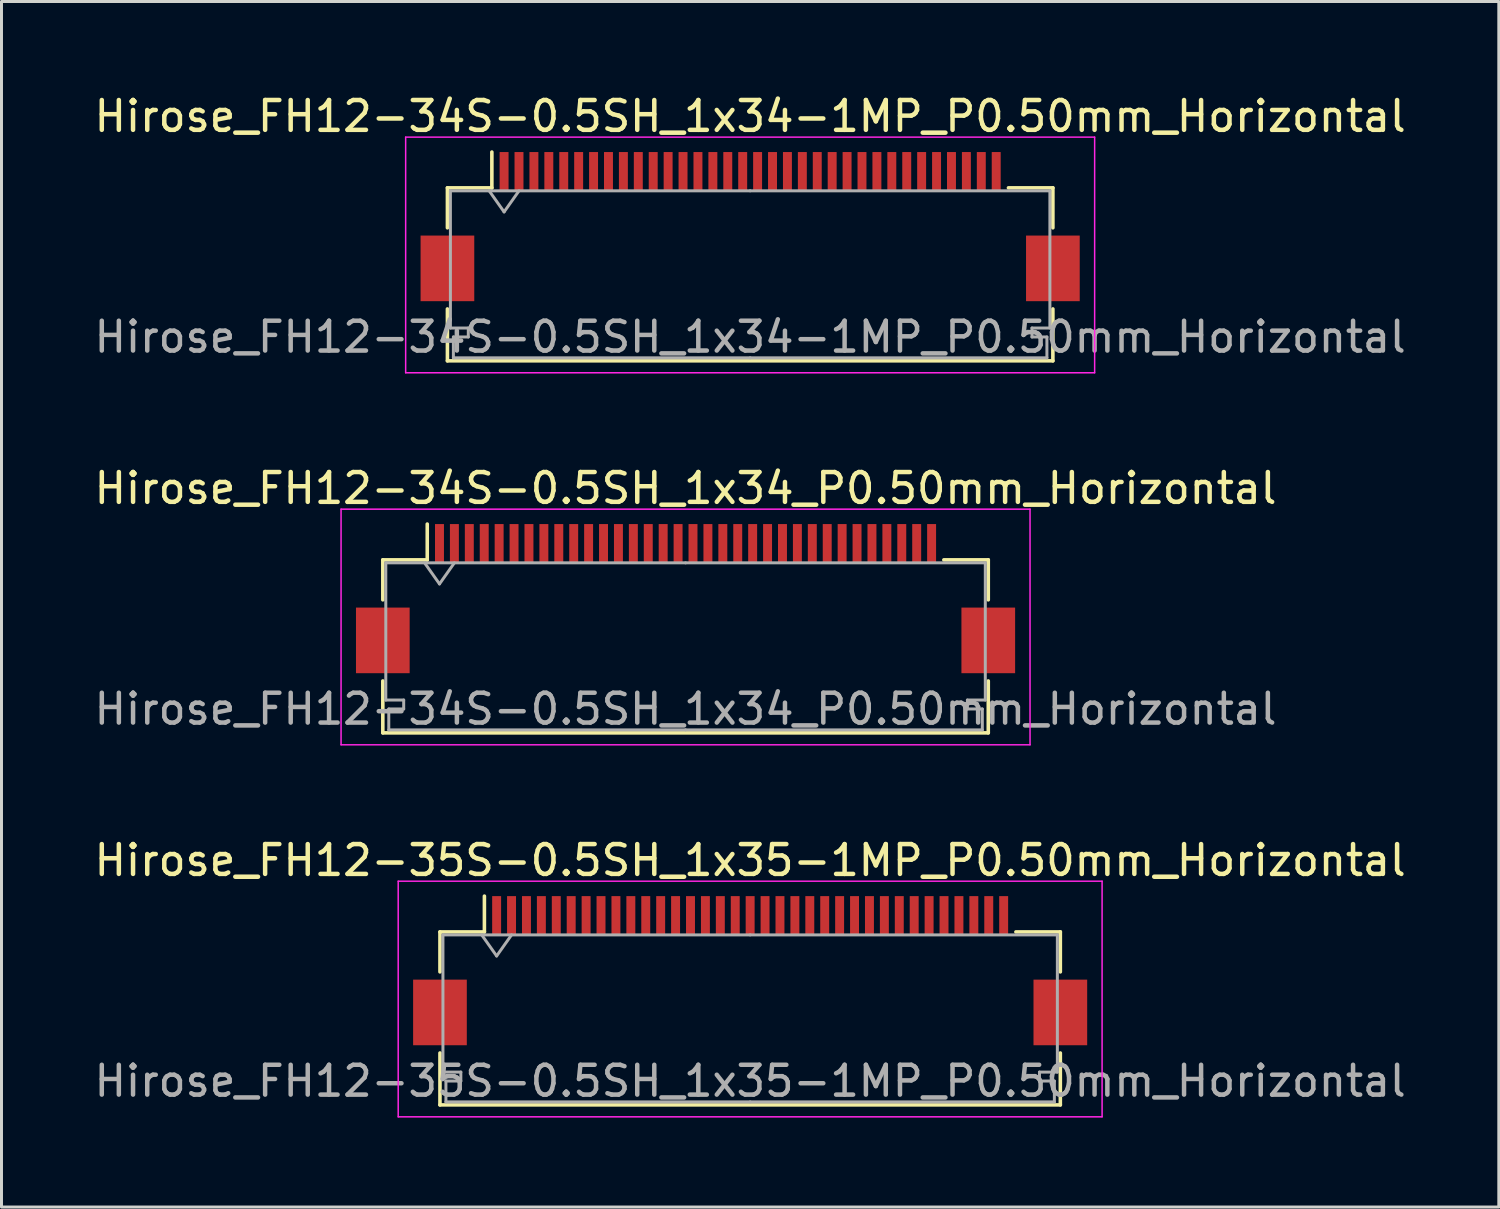
<source format=kicad_pcb>
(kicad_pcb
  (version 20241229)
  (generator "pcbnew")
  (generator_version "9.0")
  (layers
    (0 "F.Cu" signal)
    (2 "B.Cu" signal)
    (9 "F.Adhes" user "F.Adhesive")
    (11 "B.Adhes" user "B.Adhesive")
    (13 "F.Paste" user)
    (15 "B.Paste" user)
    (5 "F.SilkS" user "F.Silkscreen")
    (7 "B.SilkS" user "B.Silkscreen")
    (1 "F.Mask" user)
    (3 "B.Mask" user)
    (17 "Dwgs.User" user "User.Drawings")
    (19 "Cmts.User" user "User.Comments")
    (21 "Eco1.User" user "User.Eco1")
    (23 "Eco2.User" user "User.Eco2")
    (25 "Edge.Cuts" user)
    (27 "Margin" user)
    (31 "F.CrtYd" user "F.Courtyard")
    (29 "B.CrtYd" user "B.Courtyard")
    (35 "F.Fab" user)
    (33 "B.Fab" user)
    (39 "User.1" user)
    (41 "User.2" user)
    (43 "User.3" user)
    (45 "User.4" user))
  (footprint "Hirose_FH12-34S-0.5SH_1x34_P0.50mm_Horizontal"
    (layer "F.Cu")
    (at 19.935 17.021)
    (property "Reference" "Hirose_FH12-34S-0.5SH_1x34_P0.50mm_Horizontal" (at 0 -3.7 0) (layer "F.SilkS") (effects (font (size 1 1) (thickness 0.15))))
    (attr smd)
    (fp_line (start -10.15 -1.3) (end -10.15 0.04) (stroke (width 0.12) (type solid)) (layer "F.SilkS"))
    (fp_line (start -10.15 2.76) (end -10.15 4.5) (stroke (width 0.12) (type solid)) (layer "F.SilkS"))
    (fp_line (start -10.15 4.5) (end 10.15 4.5) (stroke (width 0.12) (type solid)) (layer "F.SilkS"))
    (fp_line (start -8.66 -1.3) (end -10.15 -1.3) (stroke (width 0.12) (type solid)) (layer "F.SilkS"))
    (fp_line (start -8.66 -1.3) (end -8.66 -2.5) (stroke (width 0.12) (type solid)) (layer "F.SilkS"))
    (fp_line (start 8.66 -1.3) (end 10.15 -1.3) (stroke (width 0.12) (type solid)) (layer "F.SilkS"))
    (fp_line (start 10.15 -1.3) (end 10.15 0.04) (stroke (width 0.12) (type solid)) (layer "F.SilkS"))
    (fp_line (start 10.15 4.5) (end 10.15 2.76) (stroke (width 0.12) (type solid)) (layer "F.SilkS"))
    (fp_line (start -11.55 -3) (end -11.55 4.9) (stroke (width 0.05) (type solid)) (layer "F.CrtYd"))
    (fp_line (start -11.55 4.9) (end 11.55 4.9) (stroke (width 0.05) (type solid)) (layer "F.CrtYd"))
    (fp_line (start 11.55 -3) (end -11.55 -3) (stroke (width 0.05) (type solid)) (layer "F.CrtYd"))
    (fp_line (start 11.55 4.9) (end 11.55 -3) (stroke (width 0.05) (type solid)) (layer "F.CrtYd"))
    (fp_line (start -10.05 -1.2) (end -10.05 3.4) (stroke (width 0.1) (type solid)) (layer "F.Fab"))
    (fp_line (start -10.05 3.4) (end -9.45 3.4) (stroke (width 0.1) (type solid)) (layer "F.Fab"))
    (fp_line (start -9.95 3.7) (end -9.95 4.4) (stroke (width 0.1) (type solid)) (layer "F.Fab"))
    (fp_line (start -9.95 4.4) (end 0 4.4) (stroke (width 0.1) (type solid)) (layer "F.Fab"))
    (fp_line (start -9.45 3.4) (end -9.45 3.7) (stroke (width 0.1) (type solid)) (layer "F.Fab"))
    (fp_line (start -9.45 3.7) (end -9.95 3.7) (stroke (width 0.1) (type solid)) (layer "F.Fab"))
    (fp_line (start -8.75 -1.2) (end -8.25 -0.493) (stroke (width 0.1) (type solid)) (layer "F.Fab"))
    (fp_line (start -8.25 -0.493) (end -7.75 -1.2) (stroke (width 0.1) (type solid)) (layer "F.Fab"))
    (fp_line (start 0 -1.2) (end -10.05 -1.2) (stroke (width 0.1) (type solid)) (layer "F.Fab"))
    (fp_line (start 0 -1.2) (end 10.05 -1.2) (stroke (width 0.1) (type solid)) (layer "F.Fab"))
    (fp_line (start 9.45 3.4) (end 9.45 3.7) (stroke (width 0.1) (type solid)) (layer "F.Fab"))
    (fp_line (start 9.45 3.7) (end 9.95 3.7) (stroke (width 0.1) (type solid)) (layer "F.Fab"))
    (fp_line (start 9.95 3.7) (end 9.95 4.4) (stroke (width 0.1) (type solid)) (layer "F.Fab"))
    (fp_line (start 9.95 4.4) (end 0 4.4) (stroke (width 0.1) (type solid)) (layer "F.Fab"))
    (fp_line (start 10.05 -1.2) (end 10.05 3.4) (stroke (width 0.1) (type solid)) (layer "F.Fab"))
    (fp_line (start 10.05 3.4) (end 9.45 3.4) (stroke (width 0.1) (type solid)) (layer "F.Fab"))
    (fp_text user "${REFERENCE}" (at 0 3.7 0) (layer "F.Fab") (effects (font (size 1 1) (thickness 0.15))))
    (pad "" smd rect (at -10.15 1.4) (size 1.8 2.2) (layers "F.Cu" "F.Mask" "F.Paste"))
    (pad "" smd rect (at 10.15 1.4) (size 1.8 2.2) (layers "F.Cu" "F.Mask" "F.Paste"))
    (pad "1" smd rect (at -8.25 -1.85) (size 0.3 1.3) (layers "F.Cu" "F.Mask" "F.Paste"))
    (pad "2" smd rect (at -7.75 -1.85) (size 0.3 1.3) (layers "F.Cu" "F.Mask" "F.Paste"))
    (pad "3" smd rect (at -7.25 -1.85) (size 0.3 1.3) (layers "F.Cu" "F.Mask" "F.Paste"))
    (pad "4" smd rect (at -6.75 -1.85) (size 0.3 1.3) (layers "F.Cu" "F.Mask" "F.Paste"))
    (pad "5" smd rect (at -6.25 -1.85) (size 0.3 1.3) (layers "F.Cu" "F.Mask" "F.Paste"))
    (pad "6" smd rect (at -5.75 -1.85) (size 0.3 1.3) (layers "F.Cu" "F.Mask" "F.Paste"))
    (pad "7" smd rect (at -5.25 -1.85) (size 0.3 1.3) (layers "F.Cu" "F.Mask" "F.Paste"))
    (pad "8" smd rect (at -4.75 -1.85) (size 0.3 1.3) (layers "F.Cu" "F.Mask" "F.Paste"))
    (pad "9" smd rect (at -4.25 -1.85) (size 0.3 1.3) (layers "F.Cu" "F.Mask" "F.Paste"))
    (pad "10" smd rect (at -3.75 -1.85) (size 0.3 1.3) (layers "F.Cu" "F.Mask" "F.Paste"))
    (pad "11" smd rect (at -3.25 -1.85) (size 0.3 1.3) (layers "F.Cu" "F.Mask" "F.Paste"))
    (pad "12" smd rect (at -2.75 -1.85) (size 0.3 1.3) (layers "F.Cu" "F.Mask" "F.Paste"))
    (pad "13" smd rect (at -2.25 -1.85) (size 0.3 1.3) (layers "F.Cu" "F.Mask" "F.Paste"))
    (pad "14" smd rect (at -1.75 -1.85) (size 0.3 1.3) (layers "F.Cu" "F.Mask" "F.Paste"))
    (pad "15" smd rect (at -1.25 -1.85) (size 0.3 1.3) (layers "F.Cu" "F.Mask" "F.Paste"))
    (pad "16" smd rect (at -0.75 -1.85) (size 0.3 1.3) (layers "F.Cu" "F.Mask" "F.Paste"))
    (pad "17" smd rect (at -0.25 -1.85) (size 0.3 1.3) (layers "F.Cu" "F.Mask" "F.Paste"))
    (pad "18" smd rect (at 0.25 -1.85) (size 0.3 1.3) (layers "F.Cu" "F.Mask" "F.Paste"))
    (pad "19" smd rect (at 0.75 -1.85) (size 0.3 1.3) (layers "F.Cu" "F.Mask" "F.Paste"))
    (pad "20" smd rect (at 1.25 -1.85) (size 0.3 1.3) (layers "F.Cu" "F.Mask" "F.Paste"))
    (pad "21" smd rect (at 1.75 -1.85) (size 0.3 1.3) (layers "F.Cu" "F.Mask" "F.Paste"))
    (pad "22" smd rect (at 2.25 -1.85) (size 0.3 1.3) (layers "F.Cu" "F.Mask" "F.Paste"))
    (pad "23" smd rect (at 2.75 -1.85) (size 0.3 1.3) (layers "F.Cu" "F.Mask" "F.Paste"))
    (pad "24" smd rect (at 3.25 -1.85) (size 0.3 1.3) (layers "F.Cu" "F.Mask" "F.Paste"))
    (pad "25" smd rect (at 3.75 -1.85) (size 0.3 1.3) (layers "F.Cu" "F.Mask" "F.Paste"))
    (pad "26" smd rect (at 4.25 -1.85) (size 0.3 1.3) (layers "F.Cu" "F.Mask" "F.Paste"))
    (pad "27" smd rect (at 4.75 -1.85) (size 0.3 1.3) (layers "F.Cu" "F.Mask" "F.Paste"))
    (pad "28" smd rect (at 5.25 -1.85) (size 0.3 1.3) (layers "F.Cu" "F.Mask" "F.Paste"))
    (pad "29" smd rect (at 5.75 -1.85) (size 0.3 1.3) (layers "F.Cu" "F.Mask" "F.Paste"))
    (pad "30" smd rect (at 6.25 -1.85) (size 0.3 1.3) (layers "F.Cu" "F.Mask" "F.Paste"))
    (pad "31" smd rect (at 6.75 -1.85) (size 0.3 1.3) (layers "F.Cu" "F.Mask" "F.Paste"))
    (pad "32" smd rect (at 7.25 -1.85) (size 0.3 1.3) (layers "F.Cu" "F.Mask" "F.Paste"))
    (pad "33" smd rect (at 7.75 -1.85) (size 0.3 1.3) (layers "F.Cu" "F.Mask" "F.Paste"))
    (pad "34" smd rect (at 8.25 -1.85) (size 0.3 1.3) (layers "F.Cu" "F.Mask" "F.Paste")))
  (footprint "Hirose_FH12-35S-0.5SH_1x35-1MP_P0.50mm_Horizontal"
    (layer "F.Cu")
    (at 22.101 29.495)
    (property "Reference" "Hirose_FH12-35S-0.5SH_1x35-1MP_P0.50mm_Horizontal" (at 0 -3.7 0) (layer "F.SilkS") (effects (font (size 1 1) (thickness 0.15))))
    (attr smd)
    (fp_line (start -10.4 -1.3) (end -10.4 0.04) (stroke (width 0.12) (type solid)) (layer "F.SilkS"))
    (fp_line (start -10.4 2.76) (end -10.4 4.5) (stroke (width 0.12) (type solid)) (layer "F.SilkS"))
    (fp_line (start -10.4 4.5) (end 10.4 4.5) (stroke (width 0.12) (type solid)) (layer "F.SilkS"))
    (fp_line (start -8.91 -1.3) (end -10.4 -1.3) (stroke (width 0.12) (type solid)) (layer "F.SilkS"))
    (fp_line (start -8.91 -1.3) (end -8.91 -2.5) (stroke (width 0.12) (type solid)) (layer "F.SilkS"))
    (fp_line (start 8.91 -1.3) (end 10.4 -1.3) (stroke (width 0.12) (type solid)) (layer "F.SilkS"))
    (fp_line (start 10.4 -1.3) (end 10.4 0.04) (stroke (width 0.12) (type solid)) (layer "F.SilkS"))
    (fp_line (start 10.4 4.5) (end 10.4 2.76) (stroke (width 0.12) (type solid)) (layer "F.SilkS"))
    (fp_line (start -11.8 -3) (end -11.8 4.9) (stroke (width 0.05) (type solid)) (layer "F.CrtYd"))
    (fp_line (start -11.8 4.9) (end 11.8 4.9) (stroke (width 0.05) (type solid)) (layer "F.CrtYd"))
    (fp_line (start 11.8 -3) (end -11.8 -3) (stroke (width 0.05) (type solid)) (layer "F.CrtYd"))
    (fp_line (start 11.8 4.9) (end 11.8 -3) (stroke (width 0.05) (type solid)) (layer "F.CrtYd"))
    (fp_line (start -10.3 -1.2) (end -10.3 3.4) (stroke (width 0.1) (type solid)) (layer "F.Fab"))
    (fp_line (start -10.3 3.4) (end -9.7 3.4) (stroke (width 0.1) (type solid)) (layer "F.Fab"))
    (fp_line (start -10.2 3.7) (end -10.2 4.4) (stroke (width 0.1) (type solid)) (layer "F.Fab"))
    (fp_line (start -10.2 4.4) (end 0 4.4) (stroke (width 0.1) (type solid)) (layer "F.Fab"))
    (fp_line (start -9.7 3.4) (end -9.7 3.7) (stroke (width 0.1) (type solid)) (layer "F.Fab"))
    (fp_line (start -9.7 3.7) (end -10.2 3.7) (stroke (width 0.1) (type solid)) (layer "F.Fab"))
    (fp_line (start -9 -1.2) (end -8.5 -0.493) (stroke (width 0.1) (type solid)) (layer "F.Fab"))
    (fp_line (start -8.5 -0.493) (end -8 -1.2) (stroke (width 0.1) (type solid)) (layer "F.Fab"))
    (fp_line (start 0 -1.2) (end -10.3 -1.2) (stroke (width 0.1) (type solid)) (layer "F.Fab"))
    (fp_line (start 0 -1.2) (end 10.3 -1.2) (stroke (width 0.1) (type solid)) (layer "F.Fab"))
    (fp_line (start 9.7 3.4) (end 9.7 3.7) (stroke (width 0.1) (type solid)) (layer "F.Fab"))
    (fp_line (start 9.7 3.7) (end 10.2 3.7) (stroke (width 0.1) (type solid)) (layer "F.Fab"))
    (fp_line (start 10.2 3.7) (end 10.2 4.4) (stroke (width 0.1) (type solid)) (layer "F.Fab"))
    (fp_line (start 10.2 4.4) (end 0 4.4) (stroke (width 0.1) (type solid)) (layer "F.Fab"))
    (fp_line (start 10.3 -1.2) (end 10.3 3.4) (stroke (width 0.1) (type solid)) (layer "F.Fab"))
    (fp_line (start 10.3 3.4) (end 9.7 3.4) (stroke (width 0.1) (type solid)) (layer "F.Fab"))
    (fp_text user "${REFERENCE}" (at 0 3.7 0) (layer "F.Fab") (effects (font (size 1 1) (thickness 0.15))))
    (pad "1" smd rect (at -8.5 -1.85) (size 0.3 1.3) (layers "F.Cu" "F.Mask" "F.Paste"))
    (pad "2" smd rect (at -8 -1.85) (size 0.3 1.3) (layers "F.Cu" "F.Mask" "F.Paste"))
    (pad "3" smd rect (at -7.5 -1.85) (size 0.3 1.3) (layers "F.Cu" "F.Mask" "F.Paste"))
    (pad "4" smd rect (at -7 -1.85) (size 0.3 1.3) (layers "F.Cu" "F.Mask" "F.Paste"))
    (pad "5" smd rect (at -6.5 -1.85) (size 0.3 1.3) (layers "F.Cu" "F.Mask" "F.Paste"))
    (pad "6" smd rect (at -6 -1.85) (size 0.3 1.3) (layers "F.Cu" "F.Mask" "F.Paste"))
    (pad "7" smd rect (at -5.5 -1.85) (size 0.3 1.3) (layers "F.Cu" "F.Mask" "F.Paste"))
    (pad "8" smd rect (at -5 -1.85) (size 0.3 1.3) (layers "F.Cu" "F.Mask" "F.Paste"))
    (pad "9" smd rect (at -4.5 -1.85) (size 0.3 1.3) (layers "F.Cu" "F.Mask" "F.Paste"))
    (pad "10" smd rect (at -4 -1.85) (size 0.3 1.3) (layers "F.Cu" "F.Mask" "F.Paste"))
    (pad "11" smd rect (at -3.5 -1.85) (size 0.3 1.3) (layers "F.Cu" "F.Mask" "F.Paste"))
    (pad "12" smd rect (at -3 -1.85) (size 0.3 1.3) (layers "F.Cu" "F.Mask" "F.Paste"))
    (pad "13" smd rect (at -2.5 -1.85) (size 0.3 1.3) (layers "F.Cu" "F.Mask" "F.Paste"))
    (pad "14" smd rect (at -2 -1.85) (size 0.3 1.3) (layers "F.Cu" "F.Mask" "F.Paste"))
    (pad "15" smd rect (at -1.5 -1.85) (size 0.3 1.3) (layers "F.Cu" "F.Mask" "F.Paste"))
    (pad "16" smd rect (at -1 -1.85) (size 0.3 1.3) (layers "F.Cu" "F.Mask" "F.Paste"))
    (pad "17" smd rect (at -0.5 -1.85) (size 0.3 1.3) (layers "F.Cu" "F.Mask" "F.Paste"))
    (pad "18" smd rect (at 0 -1.85) (size 0.3 1.3) (layers "F.Cu" "F.Mask" "F.Paste"))
    (pad "19" smd rect (at 0.5 -1.85) (size 0.3 1.3) (layers "F.Cu" "F.Mask" "F.Paste"))
    (pad "20" smd rect (at 1 -1.85) (size 0.3 1.3) (layers "F.Cu" "F.Mask" "F.Paste"))
    (pad "21" smd rect (at 1.5 -1.85) (size 0.3 1.3) (layers "F.Cu" "F.Mask" "F.Paste"))
    (pad "22" smd rect (at 2 -1.85) (size 0.3 1.3) (layers "F.Cu" "F.Mask" "F.Paste"))
    (pad "23" smd rect (at 2.5 -1.85) (size 0.3 1.3) (layers "F.Cu" "F.Mask" "F.Paste"))
    (pad "24" smd rect (at 3 -1.85) (size 0.3 1.3) (layers "F.Cu" "F.Mask" "F.Paste"))
    (pad "25" smd rect (at 3.5 -1.85) (size 0.3 1.3) (layers "F.Cu" "F.Mask" "F.Paste"))
    (pad "26" smd rect (at 4 -1.85) (size 0.3 1.3) (layers "F.Cu" "F.Mask" "F.Paste"))
    (pad "27" smd rect (at 4.5 -1.85) (size 0.3 1.3) (layers "F.Cu" "F.Mask" "F.Paste"))
    (pad "28" smd rect (at 5 -1.85) (size 0.3 1.3) (layers "F.Cu" "F.Mask" "F.Paste"))
    (pad "29" smd rect (at 5.5 -1.85) (size 0.3 1.3) (layers "F.Cu" "F.Mask" "F.Paste"))
    (pad "30" smd rect (at 6 -1.85) (size 0.3 1.3) (layers "F.Cu" "F.Mask" "F.Paste"))
    (pad "31" smd rect (at 6.5 -1.85) (size 0.3 1.3) (layers "F.Cu" "F.Mask" "F.Paste"))
    (pad "32" smd rect (at 7 -1.85) (size 0.3 1.3) (layers "F.Cu" "F.Mask" "F.Paste"))
    (pad "33" smd rect (at 7.5 -1.85) (size 0.3 1.3) (layers "F.Cu" "F.Mask" "F.Paste"))
    (pad "34" smd rect (at 8 -1.85) (size 0.3 1.3) (layers "F.Cu" "F.Mask" "F.Paste"))
    (pad "35" smd rect (at 8.5 -1.85) (size 0.3 1.3) (layers "F.Cu" "F.Mask" "F.Paste"))
    (pad "MP" smd rect (at -10.4 1.4) (size 1.8 2.2) (layers "F.Cu" "F.Mask" "F.Paste"))
    (pad "MP" smd rect (at 10.4 1.4) (size 1.8 2.2) (layers "F.Cu" "F.Mask" "F.Paste")))
  (footprint "Hirose_FH12-34S-0.5SH_1x34-1MP_P0.50mm_Horizontal"
    (layer "F.Cu")
    (at 22.101 4.548)
    (property "Reference" "Hirose_FH12-34S-0.5SH_1x34-1MP_P0.50mm_Horizontal" (at 0 -3.7 0) (layer "F.SilkS") (effects (font (size 1 1) (thickness 0.15))))
    (attr smd)
    (fp_line (start -10.15 -1.3) (end -10.15 0.04) (stroke (width 0.12) (type solid)) (layer "F.SilkS"))
    (fp_line (start -10.15 2.76) (end -10.15 4.5) (stroke (width 0.12) (type solid)) (layer "F.SilkS"))
    (fp_line (start -10.15 4.5) (end 10.15 4.5) (stroke (width 0.12) (type solid)) (layer "F.SilkS"))
    (fp_line (start -8.66 -1.3) (end -10.15 -1.3) (stroke (width 0.12) (type solid)) (layer "F.SilkS"))
    (fp_line (start -8.66 -1.3) (end -8.66 -2.5) (stroke (width 0.12) (type solid)) (layer "F.SilkS"))
    (fp_line (start 8.66 -1.3) (end 10.15 -1.3) (stroke (width 0.12) (type solid)) (layer "F.SilkS"))
    (fp_line (start 10.15 -1.3) (end 10.15 0.04) (stroke (width 0.12) (type solid)) (layer "F.SilkS"))
    (fp_line (start 10.15 4.5) (end 10.15 2.76) (stroke (width 0.12) (type solid)) (layer "F.SilkS"))
    (fp_line (start -11.55 -3) (end -11.55 4.9) (stroke (width 0.05) (type solid)) (layer "F.CrtYd"))
    (fp_line (start -11.55 4.9) (end 11.55 4.9) (stroke (width 0.05) (type solid)) (layer "F.CrtYd"))
    (fp_line (start 11.55 -3) (end -11.55 -3) (stroke (width 0.05) (type solid)) (layer "F.CrtYd"))
    (fp_line (start 11.55 4.9) (end 11.55 -3) (stroke (width 0.05) (type solid)) (layer "F.CrtYd"))
    (fp_line (start -10.05 -1.2) (end -10.05 3.4) (stroke (width 0.1) (type solid)) (layer "F.Fab"))
    (fp_line (start -10.05 3.4) (end -9.45 3.4) (stroke (width 0.1) (type solid)) (layer "F.Fab"))
    (fp_line (start -9.95 3.7) (end -9.95 4.4) (stroke (width 0.1) (type solid)) (layer "F.Fab"))
    (fp_line (start -9.95 4.4) (end 0 4.4) (stroke (width 0.1) (type solid)) (layer "F.Fab"))
    (fp_line (start -9.45 3.4) (end -9.45 3.7) (stroke (width 0.1) (type solid)) (layer "F.Fab"))
    (fp_line (start -9.45 3.7) (end -9.95 3.7) (stroke (width 0.1) (type solid)) (layer "F.Fab"))
    (fp_line (start -8.75 -1.2) (end -8.25 -0.493) (stroke (width 0.1) (type solid)) (layer "F.Fab"))
    (fp_line (start -8.25 -0.493) (end -7.75 -1.2) (stroke (width 0.1) (type solid)) (layer "F.Fab"))
    (fp_line (start 0 -1.2) (end -10.05 -1.2) (stroke (width 0.1) (type solid)) (layer "F.Fab"))
    (fp_line (start 0 -1.2) (end 10.05 -1.2) (stroke (width 0.1) (type solid)) (layer "F.Fab"))
    (fp_line (start 9.45 3.4) (end 9.45 3.7) (stroke (width 0.1) (type solid)) (layer "F.Fab"))
    (fp_line (start 9.45 3.7) (end 9.95 3.7) (stroke (width 0.1) (type solid)) (layer "F.Fab"))
    (fp_line (start 9.95 3.7) (end 9.95 4.4) (stroke (width 0.1) (type solid)) (layer "F.Fab"))
    (fp_line (start 9.95 4.4) (end 0 4.4) (stroke (width 0.1) (type solid)) (layer "F.Fab"))
    (fp_line (start 10.05 -1.2) (end 10.05 3.4) (stroke (width 0.1) (type solid)) (layer "F.Fab"))
    (fp_line (start 10.05 3.4) (end 9.45 3.4) (stroke (width 0.1) (type solid)) (layer "F.Fab"))
    (fp_text user "${REFERENCE}" (at 0 3.7 0) (layer "F.Fab") (effects (font (size 1 1) (thickness 0.15))))
    (pad "1" smd rect (at -8.25 -1.85) (size 0.3 1.3) (layers "F.Cu" "F.Mask" "F.Paste"))
    (pad "2" smd rect (at -7.75 -1.85) (size 0.3 1.3) (layers "F.Cu" "F.Mask" "F.Paste"))
    (pad "3" smd rect (at -7.25 -1.85) (size 0.3 1.3) (layers "F.Cu" "F.Mask" "F.Paste"))
    (pad "4" smd rect (at -6.75 -1.85) (size 0.3 1.3) (layers "F.Cu" "F.Mask" "F.Paste"))
    (pad "5" smd rect (at -6.25 -1.85) (size 0.3 1.3) (layers "F.Cu" "F.Mask" "F.Paste"))
    (pad "6" smd rect (at -5.75 -1.85) (size 0.3 1.3) (layers "F.Cu" "F.Mask" "F.Paste"))
    (pad "7" smd rect (at -5.25 -1.85) (size 0.3 1.3) (layers "F.Cu" "F.Mask" "F.Paste"))
    (pad "8" smd rect (at -4.75 -1.85) (size 0.3 1.3) (layers "F.Cu" "F.Mask" "F.Paste"))
    (pad "9" smd rect (at -4.25 -1.85) (size 0.3 1.3) (layers "F.Cu" "F.Mask" "F.Paste"))
    (pad "10" smd rect (at -3.75 -1.85) (size 0.3 1.3) (layers "F.Cu" "F.Mask" "F.Paste"))
    (pad "11" smd rect (at -3.25 -1.85) (size 0.3 1.3) (layers "F.Cu" "F.Mask" "F.Paste"))
    (pad "12" smd rect (at -2.75 -1.85) (size 0.3 1.3) (layers "F.Cu" "F.Mask" "F.Paste"))
    (pad "13" smd rect (at -2.25 -1.85) (size 0.3 1.3) (layers "F.Cu" "F.Mask" "F.Paste"))
    (pad "14" smd rect (at -1.75 -1.85) (size 0.3 1.3) (layers "F.Cu" "F.Mask" "F.Paste"))
    (pad "15" smd rect (at -1.25 -1.85) (size 0.3 1.3) (layers "F.Cu" "F.Mask" "F.Paste"))
    (pad "16" smd rect (at -0.75 -1.85) (size 0.3 1.3) (layers "F.Cu" "F.Mask" "F.Paste"))
    (pad "17" smd rect (at -0.25 -1.85) (size 0.3 1.3) (layers "F.Cu" "F.Mask" "F.Paste"))
    (pad "18" smd rect (at 0.25 -1.85) (size 0.3 1.3) (layers "F.Cu" "F.Mask" "F.Paste"))
    (pad "19" smd rect (at 0.75 -1.85) (size 0.3 1.3) (layers "F.Cu" "F.Mask" "F.Paste"))
    (pad "20" smd rect (at 1.25 -1.85) (size 0.3 1.3) (layers "F.Cu" "F.Mask" "F.Paste"))
    (pad "21" smd rect (at 1.75 -1.85) (size 0.3 1.3) (layers "F.Cu" "F.Mask" "F.Paste"))
    (pad "22" smd rect (at 2.25 -1.85) (size 0.3 1.3) (layers "F.Cu" "F.Mask" "F.Paste"))
    (pad "23" smd rect (at 2.75 -1.85) (size 0.3 1.3) (layers "F.Cu" "F.Mask" "F.Paste"))
    (pad "24" smd rect (at 3.25 -1.85) (size 0.3 1.3) (layers "F.Cu" "F.Mask" "F.Paste"))
    (pad "25" smd rect (at 3.75 -1.85) (size 0.3 1.3) (layers "F.Cu" "F.Mask" "F.Paste"))
    (pad "26" smd rect (at 4.25 -1.85) (size 0.3 1.3) (layers "F.Cu" "F.Mask" "F.Paste"))
    (pad "27" smd rect (at 4.75 -1.85) (size 0.3 1.3) (layers "F.Cu" "F.Mask" "F.Paste"))
    (pad "28" smd rect (at 5.25 -1.85) (size 0.3 1.3) (layers "F.Cu" "F.Mask" "F.Paste"))
    (pad "29" smd rect (at 5.75 -1.85) (size 0.3 1.3) (layers "F.Cu" "F.Mask" "F.Paste"))
    (pad "30" smd rect (at 6.25 -1.85) (size 0.3 1.3) (layers "F.Cu" "F.Mask" "F.Paste"))
    (pad "31" smd rect (at 6.75 -1.85) (size 0.3 1.3) (layers "F.Cu" "F.Mask" "F.Paste"))
    (pad "32" smd rect (at 7.25 -1.85) (size 0.3 1.3) (layers "F.Cu" "F.Mask" "F.Paste"))
    (pad "33" smd rect (at 7.75 -1.85) (size 0.3 1.3) (layers "F.Cu" "F.Mask" "F.Paste"))
    (pad "34" smd rect (at 8.25 -1.85) (size 0.3 1.3) (layers "F.Cu" "F.Mask" "F.Paste"))
    (pad "MP" smd rect (at -10.15 1.4) (size 1.8 2.2) (layers "F.Cu" "F.Mask" "F.Paste"))
    (pad "MP" smd rect (at 10.15 1.4) (size 1.8 2.2) (layers "F.Cu" "F.Mask" "F.Paste")))
  (gr_rect
    (start -3 -3)
    (end 47.202 37.42)
    (stroke (width 0.1) (type default))
    (fill no)
    (layer "Edge.Cuts")))
</source>
